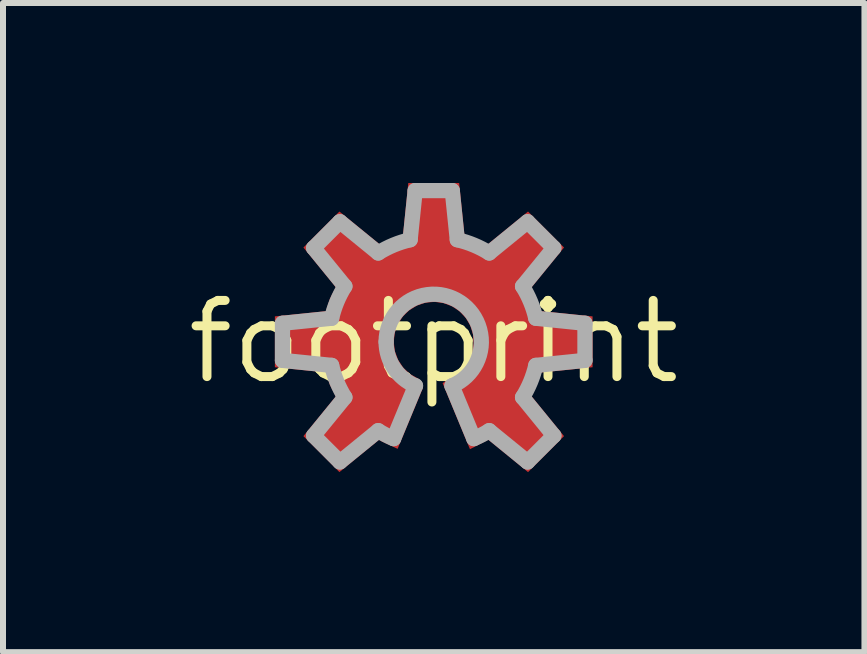
<source format=kicad_pcb>
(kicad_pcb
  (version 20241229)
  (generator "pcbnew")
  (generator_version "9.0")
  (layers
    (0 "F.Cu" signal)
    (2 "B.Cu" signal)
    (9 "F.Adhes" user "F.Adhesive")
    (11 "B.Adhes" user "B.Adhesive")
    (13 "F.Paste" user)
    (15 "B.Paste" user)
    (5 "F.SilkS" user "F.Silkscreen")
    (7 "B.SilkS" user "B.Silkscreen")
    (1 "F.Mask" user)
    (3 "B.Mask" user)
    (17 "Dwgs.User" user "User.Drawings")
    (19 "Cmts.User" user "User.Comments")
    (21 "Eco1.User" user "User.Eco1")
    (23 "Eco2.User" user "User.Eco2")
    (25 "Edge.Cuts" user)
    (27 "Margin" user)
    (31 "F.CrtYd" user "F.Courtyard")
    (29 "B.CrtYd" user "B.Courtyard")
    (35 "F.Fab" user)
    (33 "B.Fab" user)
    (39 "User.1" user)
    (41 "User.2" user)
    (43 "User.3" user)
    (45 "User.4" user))
  (footprint "footprint"
    (layer "F.Cu")
    (at 4.18 2.648)
    (property "Reference" "footprint" (at 0 0 0) (layer "F.SilkS") (effects (font (size 1.27 1.27) (thickness 0.15))))
    (fp_poly (pts (xy 0.511 -1.79) (xy 0.904 -1.627) (xy 1.572 -2.172) (xy 2.172 -1.572) (xy 1.627 -0.904) (xy 1.79 -0.511) (xy 2.648 -0.424) (xy 2.648 0.424) (xy 1.79 0.511) (xy 1.627 0.904) (xy 2.172 1.572) (xy 1.572 2.172) (xy 0.91 1.632) (xy 0.604 1.79) (xy 0.148 0.689) (xy 0.503 0.435) (xy 0.586 0.317) (xy 0.642 0.177) (xy 0.665 0.028) (xy 0.654 -0.123) (xy 0.61 -0.267) (xy 0.534 -0.398) (xy 0.43 -0.508) (xy 0.305 -0.592) (xy 0.163 -0.645) (xy 0.014 -0.666) (xy -0.137 -0.652) (xy -0.28 -0.604) (xy -0.409 -0.525) (xy -0.517 -0.42) (xy -0.598 -0.292) (xy -0.649 -0.15) (xy -0.666 -0.000247) (xy -0.648 0.155) (xy -0.593 0.302) (xy -0.506 0.433) (xy -0.391 0.539) (xy -0.242 0.623) (xy -0.304 0.733) (xy -0.186 0.782) (xy -0.602 1.784) (xy -0.858 1.665) (xy -0.913 1.634) (xy -1.572 2.172) (xy -2.172 1.572) (xy -1.632 0.91) (xy -1.731 0.717) (xy -1.797 0.511) (xy -2.648 0.424) (xy -2.648 -0.424) (xy -1.797 -0.511) (xy -1.731 -0.717) (xy -1.632 -0.91) (xy -2.172 -1.572) (xy -1.572 -2.172) (xy -0.904 -1.627) (xy -0.511 -1.79) (xy -0.424 -2.648) (xy 0.424 -2.648)) (stroke (width 0) (type solid)) (fill yes) (layer "F.Cu"))
    (fp_line (start -2.521 -0.309) (end -2.521 0.309) (stroke (width 0.254) (type solid)) (layer "F.Fab"))
    (fp_line (start -2.521 0.309) (end -1.702 0.393) (stroke (width 0.254) (type solid)) (layer "F.Fab"))
    (fp_line (start -2.002 -1.564) (end -1.481 -0.925) (stroke (width 0.254) (type solid)) (layer "F.Fab"))
    (fp_line (start -2.002 1.564) (end -1.564 2.002) (stroke (width 0.254) (type solid)) (layer "F.Fab"))
    (fp_line (start -1.702 -0.393) (end -2.521 -0.309) (stroke (width 0.254) (type solid)) (layer "F.Fab"))
    (fp_line (start -1.564 -2.002) (end -2.002 -1.564) (stroke (width 0.254) (type solid)) (layer "F.Fab"))
    (fp_line (start -1.564 2.002) (end -0.925 1.481) (stroke (width 0.254) (type solid)) (layer "F.Fab"))
    (fp_line (start -1.481 0.925) (end -2.002 1.564) (stroke (width 0.254) (type solid)) (layer "F.Fab"))
    (fp_line (start -0.925 -1.481) (end -1.564 -2.002) (stroke (width 0.254) (type solid)) (layer "F.Fab"))
    (fp_line (start -0.668 1.613) (end -0.304 0.733) (stroke (width 0.254) (type solid)) (layer "F.Fab"))
    (fp_line (start -0.309 -2.521) (end -0.393 -1.702) (stroke (width 0.254) (type solid)) (layer "F.Fab"))
    (fp_line (start 0.304 0.733) (end 0.668 1.613) (stroke (width 0.254) (type solid)) (layer "F.Fab"))
    (fp_line (start 0.309 -2.521) (end -0.309 -2.521) (stroke (width 0.254) (type solid)) (layer "F.Fab"))
    (fp_line (start 0.393 -1.702) (end 0.309 -2.521) (stroke (width 0.254) (type solid)) (layer "F.Fab"))
    (fp_line (start 0.925 1.481) (end 1.564 2.002) (stroke (width 0.254) (type solid)) (layer "F.Fab"))
    (fp_line (start 1.481 -0.925) (end 2.002 -1.564) (stroke (width 0.254) (type solid)) (layer "F.Fab"))
    (fp_line (start 1.564 -2.002) (end 0.925 -1.481) (stroke (width 0.254) (type solid)) (layer "F.Fab"))
    (fp_line (start 1.564 2.002) (end 2.002 1.564) (stroke (width 0.254) (type solid)) (layer "F.Fab"))
    (fp_line (start 1.702 0.393) (end 2.521 0.309) (stroke (width 0.254) (type solid)) (layer "F.Fab"))
    (fp_line (start 2.002 -1.564) (end 1.564 -2.002) (stroke (width 0.254) (type solid)) (layer "F.Fab"))
    (fp_line (start 2.002 1.564) (end 1.481 0.925) (stroke (width 0.254) (type solid)) (layer "F.Fab"))
    (fp_line (start 2.521 -0.309) (end 1.702 -0.393) (stroke (width 0.254) (type solid)) (layer "F.Fab"))
    (fp_line (start 2.521 0.309) (end 2.521 -0.309) (stroke (width 0.254) (type solid)) (layer "F.Fab"))
    (fp_arc (start -1.7015 -0.3928) (mid -1.61333 -0.668266) (end -1.4809 -0.9254) (stroke (width 0.254) (type solid)) (layer "F.Fab"))
    (fp_arc (start -1.4809 0.9254) (mid -1.61333 0.668266) (end -1.7015 0.3928) (stroke (width 0.254) (type solid)) (layer "F.Fab"))
    (fp_arc (start -0.9254 -1.4809) (mid -0.668266 -1.61333) (end -0.3928 -1.7015) (stroke (width 0.254) (type solid)) (layer "F.Fab"))
    (fp_arc (start -0.7938 0) (mid 0.440947 -0.659884) (end 0.303801 0.733399) (stroke (width 0.254) (type solid)) (layer "F.Fab"))
    (fp_arc (start -0.6683 1.6134) (mid -0.799598 1.552482) (end -0.9254 1.4809) (stroke (width 0.254) (type solid)) (layer "F.Fab"))
    (fp_arc (start -0.3038 0.7334) (mid -0.660055 0.441031) (end -0.7938 -0.000002) (stroke (width 0.254) (type solid)) (layer "F.Fab"))
    (fp_arc (start 0.3928 -1.7015) (mid 0.668266 -1.61333) (end 0.9254 -1.4809) (stroke (width 0.254) (type solid)) (layer "F.Fab"))
    (fp_arc (start 0.9254 1.4809) (mid 0.799598 1.552482) (end 0.6683 1.6134) (stroke (width 0.254) (type solid)) (layer "F.Fab"))
    (fp_arc (start 1.4809 -0.9254) (mid 1.61333 -0.668266) (end 1.7015 -0.3928) (stroke (width 0.254) (type solid)) (layer "F.Fab"))
    (fp_arc (start 1.7015 0.3928) (mid 1.61333 0.668266) (end 1.4809 0.9254) (stroke (width 0.254) (type solid)) (layer "F.Fab")))
  (gr_rect
    (start -3 -3)
    (end 11.36 7.821)
    (stroke (width 0.1) (type default))
    (fill no)
    (layer "Edge.Cuts")))
</source>
